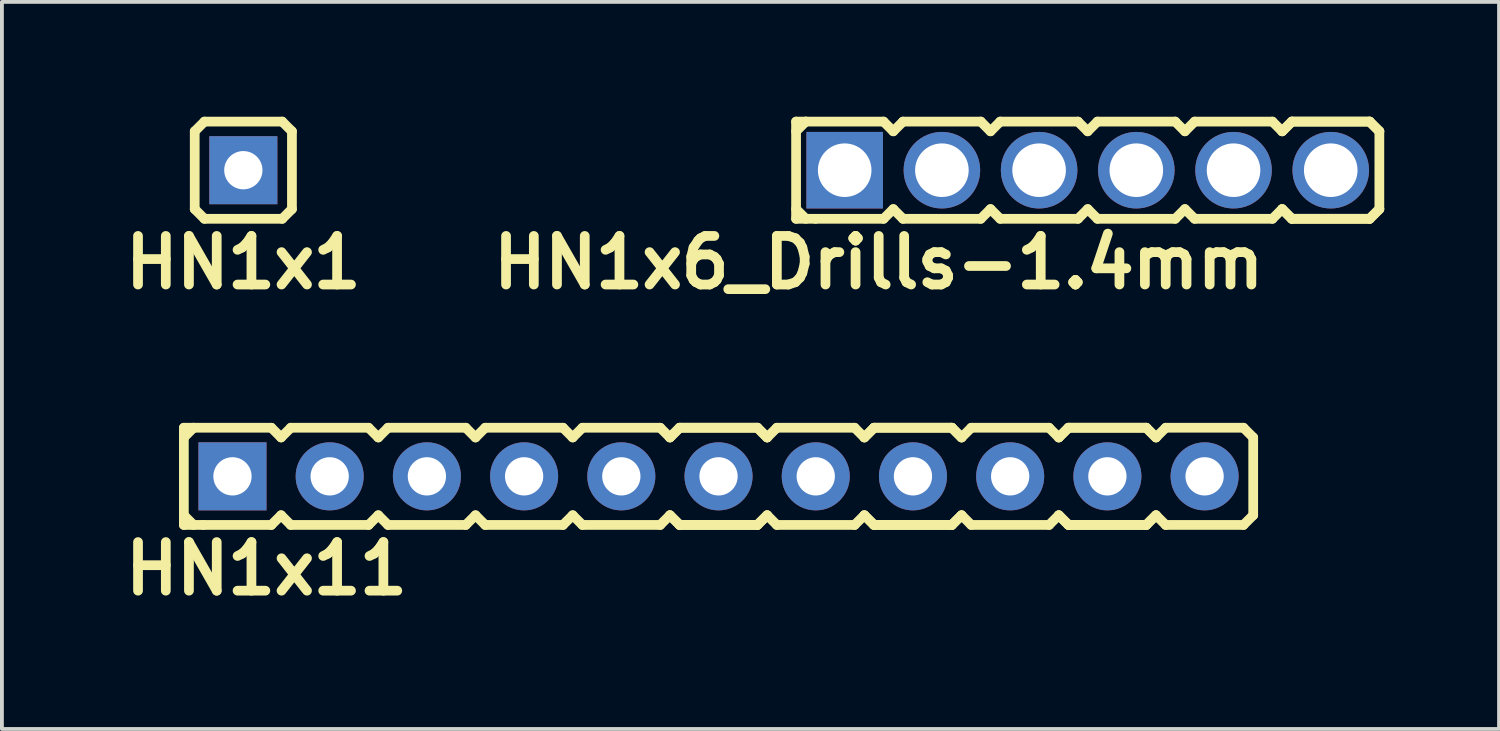
<source format=kicad_pcb>
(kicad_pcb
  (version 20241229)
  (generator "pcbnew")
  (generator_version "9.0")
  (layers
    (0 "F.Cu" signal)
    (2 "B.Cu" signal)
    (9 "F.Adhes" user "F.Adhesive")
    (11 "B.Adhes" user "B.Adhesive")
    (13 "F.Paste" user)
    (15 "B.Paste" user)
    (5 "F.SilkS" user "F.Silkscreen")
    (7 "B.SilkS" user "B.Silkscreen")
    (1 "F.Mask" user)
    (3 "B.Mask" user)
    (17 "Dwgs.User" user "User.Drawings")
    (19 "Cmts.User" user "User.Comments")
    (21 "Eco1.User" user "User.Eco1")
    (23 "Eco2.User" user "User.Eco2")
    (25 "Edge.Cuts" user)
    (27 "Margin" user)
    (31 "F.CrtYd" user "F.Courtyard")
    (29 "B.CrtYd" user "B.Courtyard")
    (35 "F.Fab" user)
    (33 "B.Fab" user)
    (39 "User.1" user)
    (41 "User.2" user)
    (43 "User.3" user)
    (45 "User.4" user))
  (footprint "HN1x6_Drills-1.4mm"
    (layer "F.Cu")
    (at 25.37 1.397)
    (property "Reference" "HN1x6_Drills-1.4mm" (at -5.461 2.413 0) (layer "F.SilkS") (effects (font (size 1.27 1.27) (thickness 0.254))))
    (attr through_hole)
    (fp_line (start -7.62 -1.27) (end -7.62 1.27) (stroke (width 0.254) (type solid)) (layer "F.SilkS"))
    (fp_line (start -7.62 -1.27) (end -7.366 -1.27) (stroke (width 0.254) (type solid)) (layer "F.SilkS"))
    (fp_line (start -7.62 -1.016) (end -7.366 -1.27) (stroke (width 0.254) (type solid)) (layer "F.SilkS"))
    (fp_line (start -7.366 -1.27) (end -5.334 -1.27) (stroke (width 0.254) (type solid)) (layer "F.SilkS"))
    (fp_line (start -7.366 1.27) (end -7.62 1.016) (stroke (width 0.254) (type solid)) (layer "F.SilkS"))
    (fp_line (start -7.112 1.27) (end -7.62 1.27) (stroke (width 0.254) (type solid)) (layer "F.SilkS"))
    (fp_line (start -5.334 -1.27) (end -5.08 -1.016) (stroke (width 0.254) (type solid)) (layer "F.SilkS"))
    (fp_line (start -5.334 1.27) (end -7.112 1.27) (stroke (width 0.254) (type solid)) (layer "F.SilkS"))
    (fp_line (start -5.08 -1.016) (end -4.826 -1.27) (stroke (width 0.254) (type solid)) (layer "F.SilkS"))
    (fp_line (start -5.08 1.016) (end -5.334 1.27) (stroke (width 0.254) (type solid)) (layer "F.SilkS"))
    (fp_line (start -4.826 -1.27) (end -2.794 -1.27) (stroke (width 0.254) (type solid)) (layer "F.SilkS"))
    (fp_line (start -4.826 1.27) (end -5.08 1.016) (stroke (width 0.254) (type solid)) (layer "F.SilkS"))
    (fp_line (start -2.794 -1.27) (end -2.54 -1.016) (stroke (width 0.254) (type solid)) (layer "F.SilkS"))
    (fp_line (start -2.794 1.27) (end -4.826 1.27) (stroke (width 0.254) (type solid)) (layer "F.SilkS"))
    (fp_line (start -2.794 1.27) (end -2.54 1.016) (stroke (width 0.254) (type solid)) (layer "F.SilkS"))
    (fp_line (start -2.54 -1.016) (end -2.286 -1.27) (stroke (width 0.254) (type solid)) (layer "F.SilkS"))
    (fp_line (start -2.54 1.016) (end -2.286 1.27) (stroke (width 0.254) (type solid)) (layer "F.SilkS"))
    (fp_line (start -2.286 -1.27) (end -0.254 -1.27) (stroke (width 0.254) (type solid)) (layer "F.SilkS"))
    (fp_line (start -0.254 -1.27) (end 0 -1.016) (stroke (width 0.254) (type solid)) (layer "F.SilkS"))
    (fp_line (start -0.254 1.27) (end -2.286 1.27) (stroke (width 0.254) (type solid)) (layer "F.SilkS"))
    (fp_line (start 0 -1.016) (end 0.254 -1.27) (stroke (width 0.254) (type solid)) (layer "F.SilkS"))
    (fp_line (start 0 1.016) (end -0.254 1.27) (stroke (width 0.254) (type solid)) (layer "F.SilkS"))
    (fp_line (start 0.254 -1.27) (end 2.286 -1.27) (stroke (width 0.254) (type solid)) (layer "F.SilkS"))
    (fp_line (start 0.254 1.27) (end 0 1.016) (stroke (width 0.254) (type solid)) (layer "F.SilkS"))
    (fp_line (start 2.286 -1.27) (end 2.54 -1.016) (stroke (width 0.254) (type solid)) (layer "F.SilkS"))
    (fp_line (start 2.286 1.27) (end 0.254 1.27) (stroke (width 0.254) (type solid)) (layer "F.SilkS"))
    (fp_line (start 2.54 -1.016) (end 2.794 -1.27) (stroke (width 0.254) (type solid)) (layer "F.SilkS"))
    (fp_line (start 2.54 1.016) (end 2.286 1.27) (stroke (width 0.254) (type solid)) (layer "F.SilkS"))
    (fp_line (start 2.794 -1.27) (end 4.826 -1.27) (stroke (width 0.254) (type solid)) (layer "F.SilkS"))
    (fp_line (start 2.794 1.27) (end 2.54 1.016) (stroke (width 0.254) (type solid)) (layer "F.SilkS"))
    (fp_line (start 4.826 -1.27) (end 5.08 -1.016) (stroke (width 0.254) (type solid)) (layer "F.SilkS"))
    (fp_line (start 4.826 1.27) (end 2.794 1.27) (stroke (width 0.254) (type solid)) (layer "F.SilkS"))
    (fp_line (start 5.08 -1.016) (end 5.334 -1.27) (stroke (width 0.254) (type solid)) (layer "F.SilkS"))
    (fp_line (start 5.08 -1.016) (end 5.334 -1.27) (stroke (width 0.254) (type solid)) (layer "F.SilkS"))
    (fp_line (start 5.08 1.016) (end 4.826 1.27) (stroke (width 0.254) (type solid)) (layer "F.SilkS"))
    (fp_line (start 5.334 -1.27) (end 7.366 -1.27) (stroke (width 0.254) (type solid)) (layer "F.SilkS"))
    (fp_line (start 5.334 -1.27) (end 7.366 -1.27) (stroke (width 0.254) (type solid)) (layer "F.SilkS"))
    (fp_line (start 5.334 1.27) (end 5.08 1.016) (stroke (width 0.254) (type solid)) (layer "F.SilkS"))
    (fp_line (start 5.334 1.27) (end 5.08 1.016) (stroke (width 0.254) (type solid)) (layer "F.SilkS"))
    (fp_line (start 7.366 -1.27) (end 7.62 -1.016) (stroke (width 0.254) (type solid)) (layer "F.SilkS"))
    (fp_line (start 7.366 -1.27) (end 7.62 -1.016) (stroke (width 0.254) (type solid)) (layer "F.SilkS"))
    (fp_line (start 7.366 1.27) (end 5.334 1.27) (stroke (width 0.254) (type solid)) (layer "F.SilkS"))
    (fp_line (start 7.366 1.27) (end 5.334 1.27) (stroke (width 0.254) (type solid)) (layer "F.SilkS"))
    (fp_line (start 7.62 -1.016) (end 7.62 1.016) (stroke (width 0.254) (type solid)) (layer "F.SilkS"))
    (fp_line (start 7.62 1.016) (end 7.366 1.27) (stroke (width 0.254) (type solid)) (layer "F.SilkS"))
    (fp_line (start 7.62 1.016) (end 7.366 1.27) (stroke (width 0.254) (type solid)) (layer "F.SilkS"))
    (pad "1" thru_hole rect (at -6.35 0) (size 2 2) (drill 1.4) (layers "*.Cu" "*.Mask"))
    (pad "2" thru_hole circle (at -3.81 0) (size 2 2) (drill 1.4) (layers "*.Cu" "*.Mask"))
    (pad "3" thru_hole circle (at -1.27 0) (size 2 2) (drill 1.4) (layers "*.Cu" "*.Mask"))
    (pad "4" thru_hole circle (at 1.27 0) (size 2 2) (drill 1.4) (layers "*.Cu" "*.Mask"))
    (pad "5" thru_hole circle (at 3.81 0) (size 2 2) (drill 1.4) (layers "*.Cu" "*.Mask"))
    (pad "6" thru_hole circle (at 6.35 0) (size 2 2) (drill 1.4) (layers "*.Cu" "*.Mask")))
  (footprint "HN1x1"
    (layer "F.Cu")
    (at 3.308 1.397)
    (property "Reference" "HN1x1" (at 0 2.413 0) (layer "F.SilkS") (effects (font (size 1.27 1.27) (thickness 0.254))))
    (attr through_hole)
    (fp_line (start -1.27 -1.016) (end -1.27 1.016) (stroke (width 0.254) (type solid)) (layer "F.SilkS"))
    (fp_line (start -1.27 -1.016) (end -1.016 -1.27) (stroke (width 0.254) (type solid)) (layer "F.SilkS"))
    (fp_line (start -1.016 -1.27) (end 1.016 -1.27) (stroke (width 0.254) (type solid)) (layer "F.SilkS"))
    (fp_line (start -1.016 1.27) (end -1.27 1.016) (stroke (width 0.254) (type solid)) (layer "F.SilkS"))
    (fp_line (start 1.016 -1.27) (end 1.27 -1.016) (stroke (width 0.254) (type solid)) (layer "F.SilkS"))
    (fp_line (start 1.016 1.27) (end -1.016 1.27) (stroke (width 0.254) (type solid)) (layer "F.SilkS"))
    (fp_line (start 1.27 -1.016) (end 1.27 1.016) (stroke (width 0.254) (type solid)) (layer "F.SilkS"))
    (fp_line (start 1.27 1.016) (end 1.016 1.27) (stroke (width 0.254) (type solid)) (layer "F.SilkS"))
    (pad "1" thru_hole rect (at 0 0) (size 1.778 1.778) (drill 1) (layers "*.Cu" "*.Mask")))
  (footprint "HN1x11"
    (layer "F.Cu")
    (at 15.724 9.396)
    (property "Reference" "HN1x11" (at -11.811 2.413 0) (layer "F.SilkS") (effects (font (size 1.27 1.27) (thickness 0.254))))
    (attr through_hole)
    (fp_line (start -13.97 -1.27) (end -13.97 1.27) (stroke (width 0.254) (type solid)) (layer "F.SilkS"))
    (fp_line (start -13.97 -1.27) (end -13.716 -1.27) (stroke (width 0.254) (type solid)) (layer "F.SilkS"))
    (fp_line (start -13.97 -1.016) (end -13.716 -1.27) (stroke (width 0.254) (type solid)) (layer "F.SilkS"))
    (fp_line (start -13.716 -1.27) (end -11.684 -1.27) (stroke (width 0.254) (type solid)) (layer "F.SilkS"))
    (fp_line (start -13.716 1.27) (end -13.97 1.016) (stroke (width 0.254) (type solid)) (layer "F.SilkS"))
    (fp_line (start -13.462 1.27) (end -13.97 1.27) (stroke (width 0.254) (type solid)) (layer "F.SilkS"))
    (fp_line (start -11.684 -1.27) (end -11.43 -1.016) (stroke (width 0.254) (type solid)) (layer "F.SilkS"))
    (fp_line (start -11.684 1.27) (end -13.462 1.27) (stroke (width 0.254) (type solid)) (layer "F.SilkS"))
    (fp_line (start -11.43 -1.016) (end -11.176 -1.27) (stroke (width 0.254) (type solid)) (layer "F.SilkS"))
    (fp_line (start -11.43 1.016) (end -11.684 1.27) (stroke (width 0.254) (type solid)) (layer "F.SilkS"))
    (fp_line (start -11.176 -1.27) (end -9.144 -1.27) (stroke (width 0.254) (type solid)) (layer "F.SilkS"))
    (fp_line (start -11.176 1.27) (end -11.43 1.016) (stroke (width 0.254) (type solid)) (layer "F.SilkS"))
    (fp_line (start -9.144 -1.27) (end -8.89 -1.016) (stroke (width 0.254) (type solid)) (layer "F.SilkS"))
    (fp_line (start -9.144 1.27) (end -11.176 1.27) (stroke (width 0.254) (type solid)) (layer "F.SilkS"))
    (fp_line (start -9.144 1.27) (end -8.89 1.016) (stroke (width 0.254) (type solid)) (layer "F.SilkS"))
    (fp_line (start -8.89 -1.016) (end -8.636 -1.27) (stroke (width 0.254) (type solid)) (layer "F.SilkS"))
    (fp_line (start -8.89 1.016) (end -8.636 1.27) (stroke (width 0.254) (type solid)) (layer "F.SilkS"))
    (fp_line (start -8.636 -1.27) (end -6.604 -1.27) (stroke (width 0.254) (type solid)) (layer "F.SilkS"))
    (fp_line (start -6.604 -1.27) (end -6.35 -1.016) (stroke (width 0.254) (type solid)) (layer "F.SilkS"))
    (fp_line (start -6.604 1.27) (end -8.636 1.27) (stroke (width 0.254) (type solid)) (layer "F.SilkS"))
    (fp_line (start -6.35 -1.016) (end -6.096 -1.27) (stroke (width 0.254) (type solid)) (layer "F.SilkS"))
    (fp_line (start -6.35 1.016) (end -6.604 1.27) (stroke (width 0.254) (type solid)) (layer "F.SilkS"))
    (fp_line (start -6.096 -1.27) (end -4.064 -1.27) (stroke (width 0.254) (type solid)) (layer "F.SilkS"))
    (fp_line (start -6.096 1.27) (end -6.35 1.016) (stroke (width 0.254) (type solid)) (layer "F.SilkS"))
    (fp_line (start -4.064 -1.27) (end -3.81 -1.016) (stroke (width 0.254) (type solid)) (layer "F.SilkS"))
    (fp_line (start -4.064 1.27) (end -6.096 1.27) (stroke (width 0.254) (type solid)) (layer "F.SilkS"))
    (fp_line (start -3.81 -1.016) (end -3.556 -1.27) (stroke (width 0.254) (type solid)) (layer "F.SilkS"))
    (fp_line (start -3.81 1.016) (end -4.064 1.27) (stroke (width 0.254) (type solid)) (layer "F.SilkS"))
    (fp_line (start -3.556 -1.27) (end -1.524 -1.27) (stroke (width 0.254) (type solid)) (layer "F.SilkS"))
    (fp_line (start -3.556 1.27) (end -3.81 1.016) (stroke (width 0.254) (type solid)) (layer "F.SilkS"))
    (fp_line (start -1.524 -1.27) (end -1.27 -1.016) (stroke (width 0.254) (type solid)) (layer "F.SilkS"))
    (fp_line (start -1.524 1.27) (end -3.556 1.27) (stroke (width 0.254) (type solid)) (layer "F.SilkS"))
    (fp_line (start -1.27 -1.016) (end -1.016 -1.27) (stroke (width 0.254) (type solid)) (layer "F.SilkS"))
    (fp_line (start -1.27 -1.016) (end -1.016 -1.27) (stroke (width 0.254) (type solid)) (layer "F.SilkS"))
    (fp_line (start -1.27 1.016) (end -1.524 1.27) (stroke (width 0.254) (type solid)) (layer "F.SilkS"))
    (fp_line (start -1.016 -1.27) (end 1.016 -1.27) (stroke (width 0.254) (type solid)) (layer "F.SilkS"))
    (fp_line (start -1.016 -1.27) (end 1.016 -1.27) (stroke (width 0.254) (type solid)) (layer "F.SilkS"))
    (fp_line (start -1.016 1.27) (end -1.27 1.016) (stroke (width 0.254) (type solid)) (layer "F.SilkS"))
    (fp_line (start -1.016 1.27) (end -1.27 1.016) (stroke (width 0.254) (type solid)) (layer "F.SilkS"))
    (fp_line (start 1.016 -1.27) (end 1.27 -1.016) (stroke (width 0.254) (type solid)) (layer "F.SilkS"))
    (fp_line (start 1.016 -1.27) (end 1.27 -1.016) (stroke (width 0.254) (type solid)) (layer "F.SilkS"))
    (fp_line (start 1.016 1.27) (end -1.016 1.27) (stroke (width 0.254) (type solid)) (layer "F.SilkS"))
    (fp_line (start 1.016 1.27) (end -1.016 1.27) (stroke (width 0.254) (type solid)) (layer "F.SilkS"))
    (fp_line (start 1.27 -1.016) (end 1.524 -1.27) (stroke (width 0.254) (type solid)) (layer "F.SilkS"))
    (fp_line (start 1.27 1.016) (end 1.016 1.27) (stroke (width 0.254) (type solid)) (layer "F.SilkS"))
    (fp_line (start 1.27 1.016) (end 1.016 1.27) (stroke (width 0.254) (type solid)) (layer "F.SilkS"))
    (fp_line (start 1.524 -1.27) (end 3.556 -1.27) (stroke (width 0.254) (type solid)) (layer "F.SilkS"))
    (fp_line (start 1.524 1.27) (end 1.27 1.016) (stroke (width 0.254) (type solid)) (layer "F.SilkS"))
    (fp_line (start 3.556 -1.27) (end 3.81 -1.016) (stroke (width 0.254) (type solid)) (layer "F.SilkS"))
    (fp_line (start 3.556 1.27) (end 1.524 1.27) (stroke (width 0.254) (type solid)) (layer "F.SilkS"))
    (fp_line (start 3.81 -1.016) (end 4.064 -1.27) (stroke (width 0.254) (type solid)) (layer "F.SilkS"))
    (fp_line (start 3.81 -1.016) (end 4.064 -1.27) (stroke (width 0.254) (type solid)) (layer "F.SilkS"))
    (fp_line (start 3.81 1.016) (end 3.556 1.27) (stroke (width 0.254) (type solid)) (layer "F.SilkS"))
    (fp_line (start 4.064 -1.27) (end 6.096 -1.27) (stroke (width 0.254) (type solid)) (layer "F.SilkS"))
    (fp_line (start 4.064 -1.27) (end 6.096 -1.27) (stroke (width 0.254) (type solid)) (layer "F.SilkS"))
    (fp_line (start 4.064 1.27) (end 3.81 1.016) (stroke (width 0.254) (type solid)) (layer "F.SilkS"))
    (fp_line (start 4.064 1.27) (end 3.81 1.016) (stroke (width 0.254) (type solid)) (layer "F.SilkS"))
    (fp_line (start 6.096 -1.27) (end 6.35 -1.016) (stroke (width 0.254) (type solid)) (layer "F.SilkS"))
    (fp_line (start 6.096 -1.27) (end 6.35 -1.016) (stroke (width 0.254) (type solid)) (layer "F.SilkS"))
    (fp_line (start 6.096 1.27) (end 4.064 1.27) (stroke (width 0.254) (type solid)) (layer "F.SilkS"))
    (fp_line (start 6.096 1.27) (end 4.064 1.27) (stroke (width 0.254) (type solid)) (layer "F.SilkS"))
    (fp_line (start 6.35 -1.016) (end 6.604 -1.27) (stroke (width 0.254) (type solid)) (layer "F.SilkS"))
    (fp_line (start 6.35 1.016) (end 6.096 1.27) (stroke (width 0.254) (type solid)) (layer "F.SilkS"))
    (fp_line (start 6.35 1.016) (end 6.096 1.27) (stroke (width 0.254) (type solid)) (layer "F.SilkS"))
    (fp_line (start 6.604 -1.27) (end 8.636 -1.27) (stroke (width 0.254) (type solid)) (layer "F.SilkS"))
    (fp_line (start 6.604 1.27) (end 6.35 1.016) (stroke (width 0.254) (type solid)) (layer "F.SilkS"))
    (fp_line (start 8.636 -1.27) (end 8.89 -1.016) (stroke (width 0.254) (type solid)) (layer "F.SilkS"))
    (fp_line (start 8.636 1.27) (end 6.604 1.27) (stroke (width 0.254) (type solid)) (layer "F.SilkS"))
    (fp_line (start 8.89 -1.016) (end 9.144 -1.27) (stroke (width 0.254) (type solid)) (layer "F.SilkS"))
    (fp_line (start 8.89 -1.016) (end 9.144 -1.27) (stroke (width 0.254) (type solid)) (layer "F.SilkS"))
    (fp_line (start 8.89 1.016) (end 8.636 1.27) (stroke (width 0.254) (type solid)) (layer "F.SilkS"))
    (fp_line (start 9.144 -1.27) (end 11.176 -1.27) (stroke (width 0.254) (type solid)) (layer "F.SilkS"))
    (fp_line (start 9.144 -1.27) (end 11.176 -1.27) (stroke (width 0.254) (type solid)) (layer "F.SilkS"))
    (fp_line (start 9.144 1.27) (end 8.89 1.016) (stroke (width 0.254) (type solid)) (layer "F.SilkS"))
    (fp_line (start 9.144 1.27) (end 8.89 1.016) (stroke (width 0.254) (type solid)) (layer "F.SilkS"))
    (fp_line (start 11.176 -1.27) (end 11.43 -1.016) (stroke (width 0.254) (type solid)) (layer "F.SilkS"))
    (fp_line (start 11.176 -1.27) (end 11.43 -1.016) (stroke (width 0.254) (type solid)) (layer "F.SilkS"))
    (fp_line (start 11.176 1.27) (end 9.144 1.27) (stroke (width 0.254) (type solid)) (layer "F.SilkS"))
    (fp_line (start 11.176 1.27) (end 9.144 1.27) (stroke (width 0.254) (type solid)) (layer "F.SilkS"))
    (fp_line (start 11.43 -1.016) (end 11.684 -1.27) (stroke (width 0.254) (type solid)) (layer "F.SilkS"))
    (fp_line (start 11.43 1.016) (end 11.176 1.27) (stroke (width 0.254) (type solid)) (layer "F.SilkS"))
    (fp_line (start 11.43 1.016) (end 11.176 1.27) (stroke (width 0.254) (type solid)) (layer "F.SilkS"))
    (fp_line (start 11.684 -1.27) (end 13.716 -1.27) (stroke (width 0.254) (type solid)) (layer "F.SilkS"))
    (fp_line (start 11.684 1.27) (end 11.43 1.016) (stroke (width 0.254) (type solid)) (layer "F.SilkS"))
    (fp_line (start 13.716 -1.27) (end 13.97 -1.016) (stroke (width 0.254) (type solid)) (layer "F.SilkS"))
    (fp_line (start 13.716 1.27) (end 11.684 1.27) (stroke (width 0.254) (type solid)) (layer "F.SilkS"))
    (fp_line (start 13.97 -1.016) (end 13.97 1.016) (stroke (width 0.254) (type solid)) (layer "F.SilkS"))
    (fp_line (start 13.97 1.016) (end 13.716 1.27) (stroke (width 0.254) (type solid)) (layer "F.SilkS"))
    (pad "1" thru_hole rect (at -12.7 0) (size 1.778 1.778) (drill 1) (layers "*.Cu" "*.Mask"))
    (pad "2" thru_hole circle (at -10.16 0) (size 1.778 1.778) (drill 1) (layers "*.Cu" "*.Mask"))
    (pad "3" thru_hole circle (at -7.62 0) (size 1.778 1.778) (drill 1) (layers "*.Cu" "*.Mask"))
    (pad "4" thru_hole circle (at -5.08 0) (size 1.778 1.778) (drill 1) (layers "*.Cu" "*.Mask"))
    (pad "5" thru_hole circle (at -2.54 0) (size 1.778 1.778) (drill 1) (layers "*.Cu" "*.Mask"))
    (pad "6" thru_hole circle (at 0 0) (size 1.778 1.778) (drill 1) (layers "*.Cu" "*.Mask"))
    (pad "7" thru_hole circle (at 2.54 0) (size 1.778 1.778) (drill 1) (layers "*.Cu" "*.Mask"))
    (pad "8" thru_hole circle (at 5.08 0) (size 1.778 1.778) (drill 1) (layers "*.Cu" "*.Mask"))
    (pad "9" thru_hole circle (at 7.62 0) (size 1.778 1.778) (drill 1) (layers "*.Cu" "*.Mask"))
    (pad "10" thru_hole circle (at 10.16 0) (size 1.778 1.778) (drill 1) (layers "*.Cu" "*.Mask"))
    (pad "11" thru_hole circle (at 12.7 0) (size 1.778 1.778) (drill 1) (layers "*.Cu" "*.Mask")))
  (gr_rect
    (start -3 -3)
    (end 36.117 15.997)
    (stroke (width 0.1) (type default))
    (fill no)
    (layer "Edge.Cuts")))
</source>
